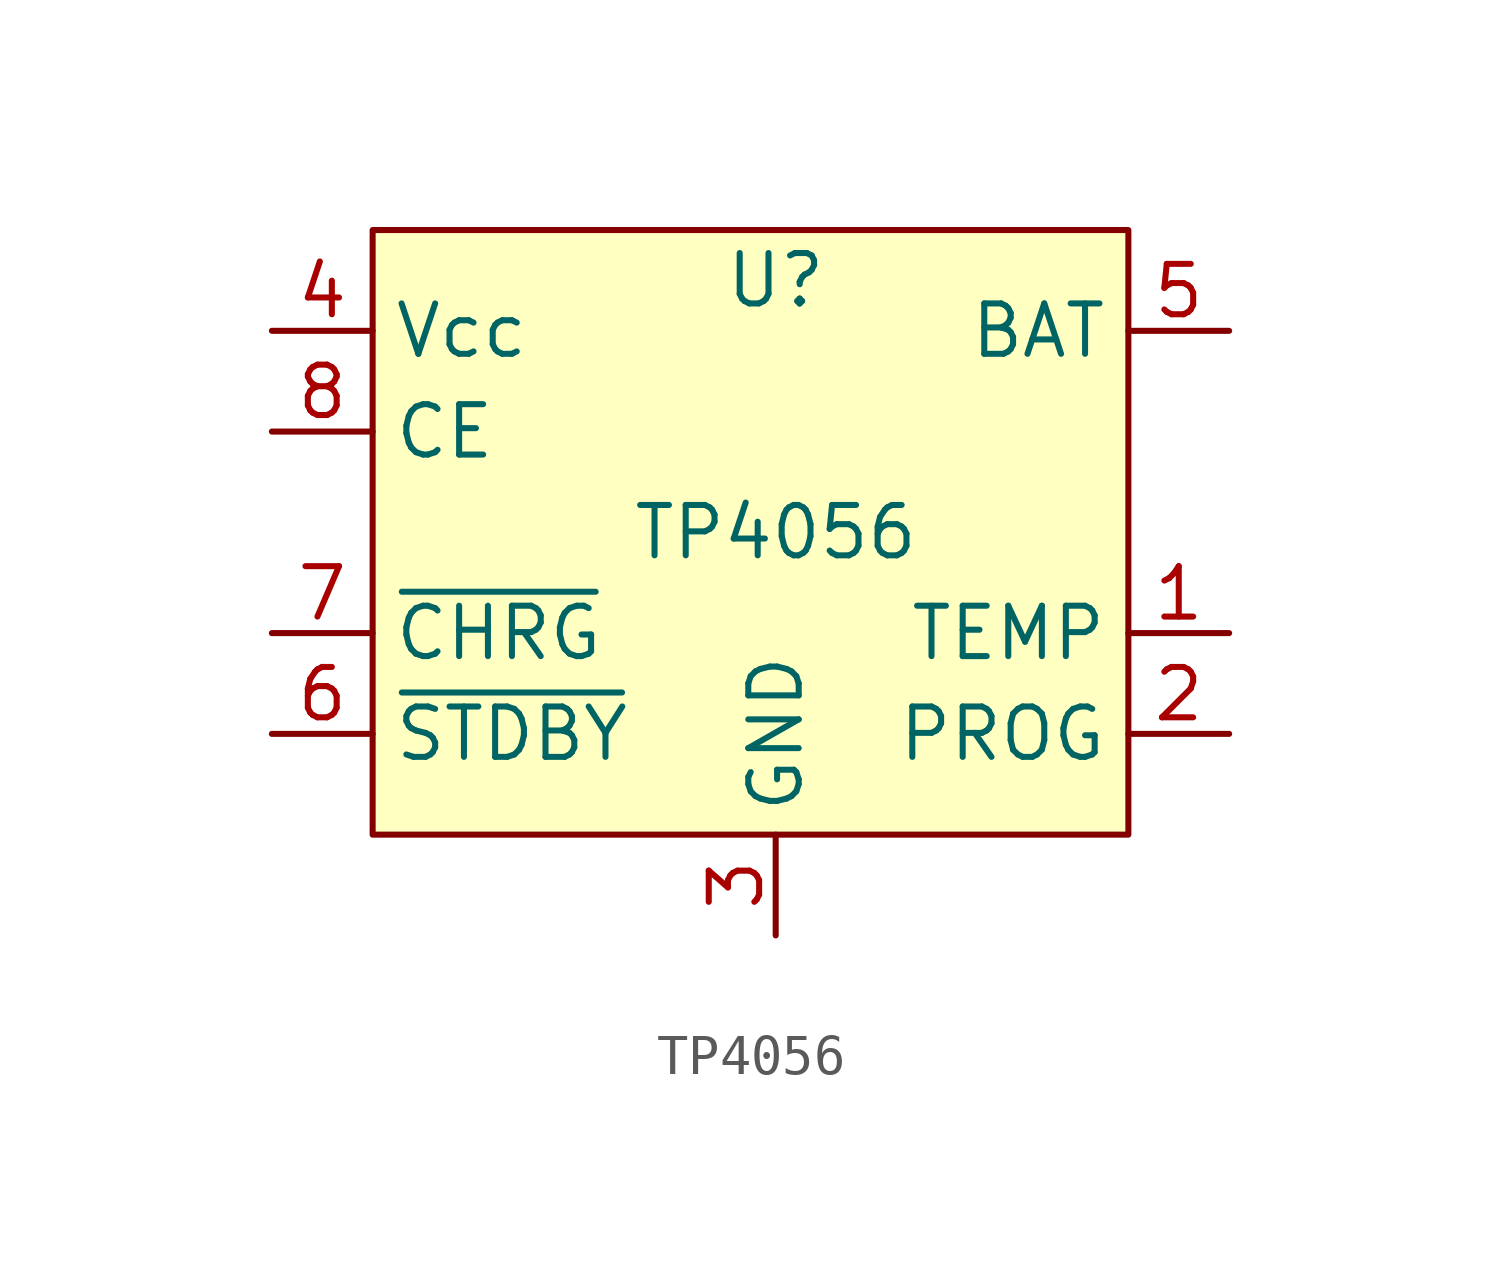
<source format=kicad_sym>
(kicad_symbol_lib
  (version 20211014)
  (generator kicad_symbol_editor)
  (symbol "TP4056"
    (property "Reference" "U"
      (at 0 6.35 0)
      (effects (font (size 1.27 1.27))))
    (property "Value" "TP4056"
      (at 0 0 0)
      (effects (font (size 1.27 1.27))))
    (symbol "TP4056_0_1"
      (rectangle (start -10.16 7.62) (end 8.89 -7.62) (stroke (width 0) (type default) (color 0 0 0 0)) (fill (type background))))
    (symbol "TP4056_1_1"
      (pin passive line (at 11.43 -2.54 180) (length 2.54) (name "TEMP" (effects (font (size 1.27 1.27)))) (number "1" (effects (font (size 1.27 1.27)))))
      (pin passive line (at 11.43 -5.08 180) (length 2.54) (name "PROG" (effects (font (size 1.27 1.27)))) (number "2" (effects (font (size 1.27 1.27)))))
      (pin passive line (at 0 -10.16 90) (length 2.54) (name "GND" (effects (font (size 1.27 1.27)))) (number "3" (effects (font (size 1.27 1.27)))))
      (pin power_in line (at -12.7 5.08 0) (length 2.54) (name "Vcc" (effects (font (size 1.27 1.27)))) (number "4" (effects (font (size 1.27 1.27)))))
      (pin output line (at 11.43 5.08 180) (length 2.54) (name "BAT" (effects (font (size 1.27 1.27)))) (number "5" (effects (font (size 1.27 1.27)))))
      (pin open_collector line (at -12.7 -5.08 0) (length 2.54) (name "~{STDBY}" (effects (font (size 1.27 1.27)))) (number "6" (effects (font (size 1.27 1.27)))))
      (pin open_collector line (at -12.7 -2.54 0) (length 2.54) (name "~{CHRG}" (effects (font (size 1.27 1.27)))) (number "7" (effects (font (size 1.27 1.27)))))
      (pin passive line (at -12.7 2.54 0) (length 2.54) (name "CE" (effects (font (size 1.27 1.27)))) (number "8" (effects (font (size 1.27 1.27))))))))
</source>
